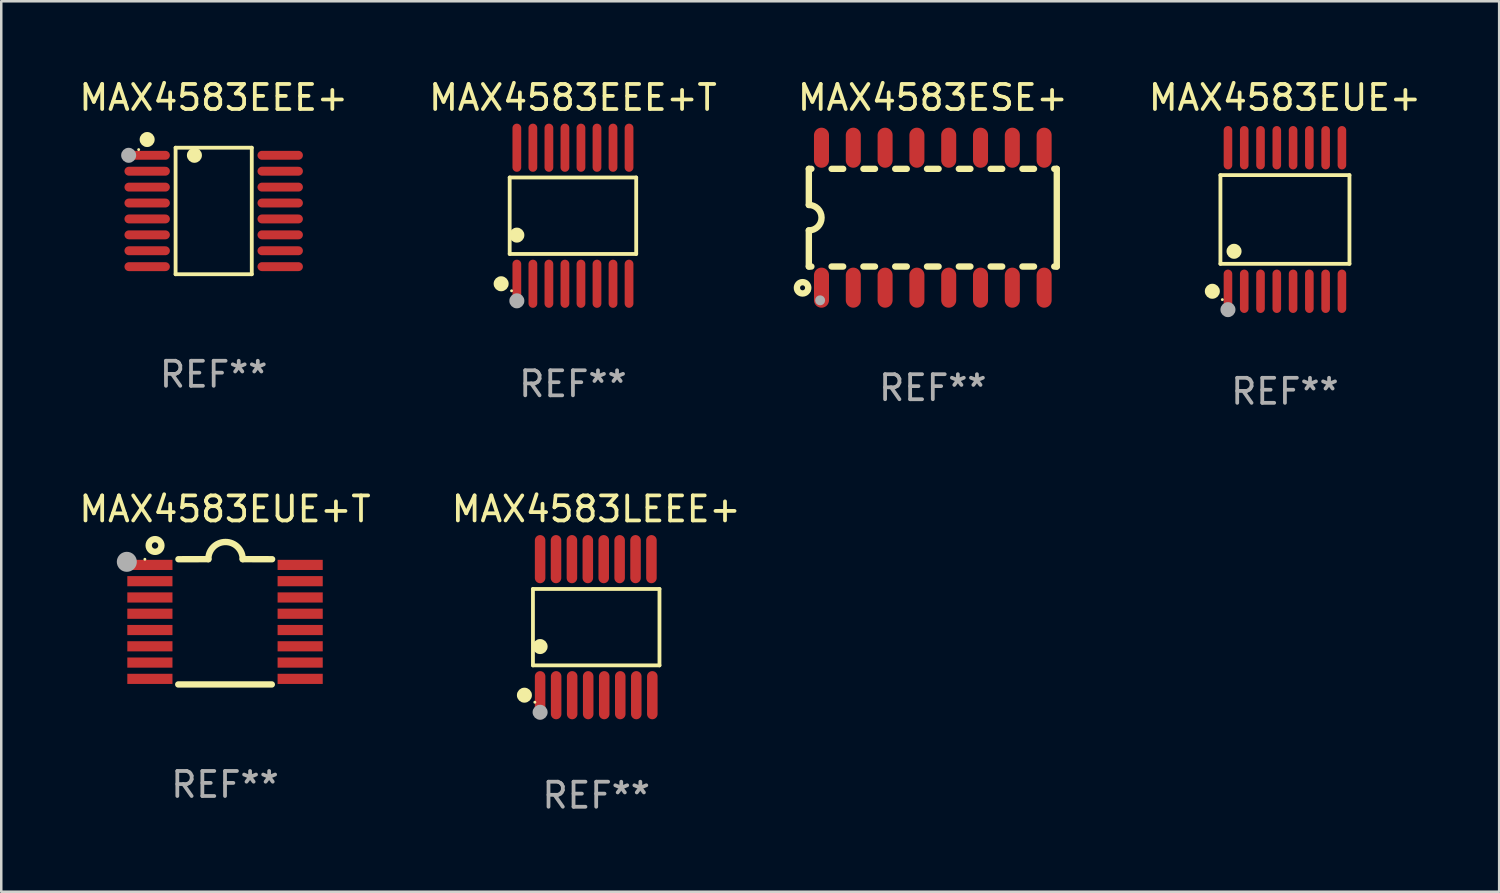
<source format=kicad_pcb>
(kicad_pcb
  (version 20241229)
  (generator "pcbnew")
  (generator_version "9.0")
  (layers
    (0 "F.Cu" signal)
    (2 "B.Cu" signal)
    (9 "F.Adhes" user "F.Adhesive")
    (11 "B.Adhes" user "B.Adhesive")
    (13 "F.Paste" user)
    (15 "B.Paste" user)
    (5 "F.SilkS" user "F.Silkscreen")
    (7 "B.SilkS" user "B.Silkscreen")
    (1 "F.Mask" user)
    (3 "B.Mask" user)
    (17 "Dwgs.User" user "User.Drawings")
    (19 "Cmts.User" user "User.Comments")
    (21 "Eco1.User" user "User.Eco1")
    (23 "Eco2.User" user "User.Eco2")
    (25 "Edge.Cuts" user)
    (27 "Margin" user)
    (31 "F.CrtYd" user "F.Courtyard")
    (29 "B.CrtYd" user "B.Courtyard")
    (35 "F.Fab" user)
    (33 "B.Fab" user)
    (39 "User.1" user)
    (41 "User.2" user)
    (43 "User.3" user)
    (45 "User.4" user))
  (footprint "MAX4583EUE+"
    (layer "F.Cu")
    (at 48.256 5.714)
    (property "Reference" "MAX4583EUE+" (at 0 -4.866 0) (layer "F.SilkS") (effects (font (size 1 1) (thickness 0.15))))
    (attr through_hole)
    (fp_line (start -2.576 -1.772) (end 2.576 -1.772) (stroke (width 0.152) (type solid)) (layer "F.SilkS"))
    (fp_line (start -2.576 1.771) (end -2.576 -1.772) (stroke (width 0.152) (type solid)) (layer "F.SilkS"))
    (fp_line (start 2.576 -1.772) (end 2.576 1.771) (stroke (width 0.152) (type solid)) (layer "F.SilkS"))
    (fp_line (start 2.576 1.771) (end -2.576 1.771) (stroke (width 0.152) (type solid)) (layer "F.SilkS"))
    (fp_circle (center -2.899 2.866) (end -2.749 2.866) (stroke (width 0.3) (type solid)) (fill no) (layer "F.SilkS"))
    (fp_circle (center -2.5 3.2) (end -2.47 3.2) (stroke (width 0.06) (type solid)) (fill no) (layer "F.SilkS"))
    (fp_circle (center -2.032 1.27) (end -1.882 1.27) (stroke (width 0.3) (type solid)) (fill no) (layer "F.SilkS"))
    (fp_circle (center -2.275 3.6) (end -2.125 3.6) (stroke (width 0.3) (type solid)) (fill no) (layer "F.Fab"))
    (fp_text user "REF**" (at 0 6.866 0) (layer "F.Fab") (effects (font (size 1 1) (thickness 0.15))))
    (pad "1" smd oval (at -2.275 2.866) (size 0.343 1.731) (layers "F.Cu" "F.Mask" "F.Paste"))
    (pad "2" smd oval (at -1.625 2.866) (size 0.343 1.731) (layers "F.Cu" "F.Mask" "F.Paste"))
    (pad "3" smd oval (at -0.975 2.866) (size 0.343 1.731) (layers "F.Cu" "F.Mask" "F.Paste"))
    (pad "4" smd oval (at -0.325 2.866) (size 0.343 1.731) (layers "F.Cu" "F.Mask" "F.Paste"))
    (pad "5" smd oval (at 0.325 2.866) (size 0.343 1.731) (layers "F.Cu" "F.Mask" "F.Paste"))
    (pad "6" smd oval (at 0.975 2.866) (size 0.343 1.731) (layers "F.Cu" "F.Mask" "F.Paste"))
    (pad "7" smd oval (at 1.625 2.866) (size 0.343 1.731) (layers "F.Cu" "F.Mask" "F.Paste"))
    (pad "8" smd oval (at 2.275 2.866) (size 0.343 1.731) (layers "F.Cu" "F.Mask" "F.Paste"))
    (pad "9" smd oval (at 2.275 -2.866) (size 0.343 1.731) (layers "F.Cu" "F.Mask" "F.Paste"))
    (pad "10" smd oval (at 1.625 -2.866) (size 0.343 1.731) (layers "F.Cu" "F.Mask" "F.Paste"))
    (pad "11" smd oval (at 0.975 -2.866) (size 0.343 1.731) (layers "F.Cu" "F.Mask" "F.Paste"))
    (pad "12" smd oval (at 0.325 -2.866) (size 0.343 1.731) (layers "F.Cu" "F.Mask" "F.Paste"))
    (pad "13" smd oval (at -0.325 -2.866) (size 0.343 1.731) (layers "F.Cu" "F.Mask" "F.Paste"))
    (pad "14" smd oval (at -0.975 -2.866) (size 0.343 1.731) (layers "F.Cu" "F.Mask" "F.Paste"))
    (pad "15" smd oval (at -1.625 -2.866) (size 0.343 1.731) (layers "F.Cu" "F.Mask" "F.Paste"))
    (pad "16" smd oval (at -2.275 -2.866) (size 0.343 1.731) (layers "F.Cu" "F.Mask" "F.Paste")))
  (footprint "MAX4583LEEE+"
    (layer "F.Cu")
    (at 20.756 21.992)
    (property "Reference" "MAX4583LEEE+" (at 0 -4.716 0) (layer "F.SilkS") (effects (font (size 1 1) (thickness 0.15))))
    (attr through_hole)
    (fp_line (start -2.526 -1.526) (end 2.526 -1.526) (stroke (width 0.152) (type solid)) (layer "F.SilkS"))
    (fp_line (start -2.526 1.526) (end -2.526 -1.526) (stroke (width 0.152) (type solid)) (layer "F.SilkS"))
    (fp_line (start 2.526 -1.526) (end 2.526 1.526) (stroke (width 0.152) (type solid)) (layer "F.SilkS"))
    (fp_line (start 2.526 1.526) (end -2.526 1.526) (stroke (width 0.152) (type solid)) (layer "F.SilkS"))
    (fp_circle (center -2.867 2.716) (end -2.717 2.716) (stroke (width 0.3) (type solid)) (fill no) (layer "F.SilkS"))
    (fp_circle (center -2.45 2.997) (end -2.42 2.997) (stroke (width 0.06) (type solid)) (fill no) (layer "F.SilkS"))
    (fp_circle (center -2.24 0.774) (end -2.09 0.774) (stroke (width 0.3) (type solid)) (fill no) (layer "F.SilkS"))
    (fp_circle (center -2.24 3.398) (end -2.09 3.398) (stroke (width 0.3) (type solid)) (fill no) (layer "F.Fab"))
    (fp_text user "REF**" (at 0 6.716 0) (layer "F.Fab") (effects (font (size 1 1) (thickness 0.15))))
    (pad "1" smd oval (at -2.24 2.716) (size 0.42 1.922) (layers "F.Cu" "F.Mask" "F.Paste"))
    (pad "2" smd oval (at -1.6 2.716) (size 0.42 1.922) (layers "F.Cu" "F.Mask" "F.Paste"))
    (pad "3" smd oval (at -0.96 2.716) (size 0.42 1.922) (layers "F.Cu" "F.Mask" "F.Paste"))
    (pad "4" smd oval (at -0.32 2.716) (size 0.42 1.922) (layers "F.Cu" "F.Mask" "F.Paste"))
    (pad "5" smd oval (at 0.32 2.716) (size 0.42 1.922) (layers "F.Cu" "F.Mask" "F.Paste"))
    (pad "6" smd oval (at 0.96 2.716) (size 0.42 1.922) (layers "F.Cu" "F.Mask" "F.Paste"))
    (pad "7" smd oval (at 1.6 2.716) (size 0.42 1.922) (layers "F.Cu" "F.Mask" "F.Paste"))
    (pad "8" smd oval (at 2.24 2.716) (size 0.42 1.922) (layers "F.Cu" "F.Mask" "F.Paste"))
    (pad "9" smd oval (at 2.205 -2.716) (size 0.42 1.922) (layers "F.Cu" "F.Mask" "F.Paste"))
    (pad "10" smd oval (at 1.57 -2.716) (size 0.42 1.922) (layers "F.Cu" "F.Mask" "F.Paste"))
    (pad "11" smd oval (at 0.935 -2.716) (size 0.42 1.922) (layers "F.Cu" "F.Mask" "F.Paste"))
    (pad "12" smd oval (at 0.3 -2.716) (size 0.42 1.922) (layers "F.Cu" "F.Mask" "F.Paste"))
    (pad "13" smd oval (at -0.335 -2.716) (size 0.42 1.922) (layers "F.Cu" "F.Mask" "F.Paste"))
    (pad "14" smd oval (at -0.97 -2.716) (size 0.42 1.922) (layers "F.Cu" "F.Mask" "F.Paste"))
    (pad "15" smd oval (at -1.605 -2.716) (size 0.42 1.922) (layers "F.Cu" "F.Mask" "F.Paste"))
    (pad "16" smd oval (at -2.24 -2.716) (size 0.42 1.922) (layers "F.Cu" "F.Mask" "F.Paste")))
  (footprint "MAX4583EEE+"
    (layer "F.Cu")
    (at 5.482 5.374)
    (property "Reference" "MAX4583EEE+" (at 0 -4.526 0) (layer "F.SilkS") (effects (font (size 1 1) (thickness 0.15))))
    (attr through_hole)
    (fp_line (start -1.521 -2.526) (end 1.521 -2.526) (stroke (width 0.152) (type solid)) (layer "F.SilkS"))
    (fp_line (start -1.521 2.526) (end -1.521 -2.526) (stroke (width 0.152) (type solid)) (layer "F.SilkS"))
    (fp_line (start 1.521 -2.526) (end 1.521 2.526) (stroke (width 0.152) (type solid)) (layer "F.SilkS"))
    (fp_line (start 1.521 2.526) (end -1.521 2.526) (stroke (width 0.152) (type solid)) (layer "F.SilkS"))
    (fp_circle (center -2.995 -2.45) (end -2.965 -2.45) (stroke (width 0.06) (type solid)) (fill no) (layer "F.SilkS"))
    (fp_circle (center -2.656 -2.853) (end -2.506 -2.853) (stroke (width 0.3) (type solid)) (fill no) (layer "F.SilkS"))
    (fp_circle (center -0.769 -2.223) (end -0.619 -2.223) (stroke (width 0.3) (type solid)) (fill no) (layer "F.SilkS"))
    (fp_circle (center -3.395 -2.223) (end -3.245 -2.223) (stroke (width 0.3) (type solid)) (fill no) (layer "F.Fab"))
    (fp_text user "REF**" (at 0 6.526 0) (layer "F.Fab") (effects (font (size 1 1) (thickness 0.15))))
    (pad "1" smd oval (at -2.656 -2.223 270) (size 0.356 1.813) (layers "F.Cu" "F.Mask" "F.Paste"))
    (pad "2" smd oval (at -2.656 -1.588 270) (size 0.356 1.813) (layers "F.Cu" "F.Mask" "F.Paste"))
    (pad "3" smd oval (at -2.656 -0.953 270) (size 0.356 1.813) (layers "F.Cu" "F.Mask" "F.Paste"))
    (pad "4" smd oval (at -2.656 -0.318 270) (size 0.356 1.813) (layers "F.Cu" "F.Mask" "F.Paste"))
    (pad "5" smd oval (at -2.656 0.318 270) (size 0.356 1.813) (layers "F.Cu" "F.Mask" "F.Paste"))
    (pad "6" smd oval (at -2.656 0.953 270) (size 0.356 1.813) (layers "F.Cu" "F.Mask" "F.Paste"))
    (pad "7" smd oval (at -2.656 1.588 270) (size 0.356 1.813) (layers "F.Cu" "F.Mask" "F.Paste"))
    (pad "8" smd oval (at -2.656 2.223 270) (size 0.356 1.813) (layers "F.Cu" "F.Mask" "F.Paste"))
    (pad "9" smd oval (at 2.656 2.223 270) (size 0.356 1.813) (layers "F.Cu" "F.Mask" "F.Paste"))
    (pad "10" smd oval (at 2.656 1.588 270) (size 0.356 1.813) (layers "F.Cu" "F.Mask" "F.Paste"))
    (pad "11" smd oval (at 2.656 0.953 270) (size 0.356 1.813) (layers "F.Cu" "F.Mask" "F.Paste"))
    (pad "12" smd oval (at 2.656 0.318 270) (size 0.356 1.813) (layers "F.Cu" "F.Mask" "F.Paste"))
    (pad "13" smd oval (at 2.656 -0.318 270) (size 0.356 1.813) (layers "F.Cu" "F.Mask" "F.Paste"))
    (pad "14" smd oval (at 2.656 -0.953 270) (size 0.356 1.813) (layers "F.Cu" "F.Mask" "F.Paste"))
    (pad "15" smd oval (at 2.656 -1.588 270) (size 0.356 1.813) (layers "F.Cu" "F.Mask" "F.Paste"))
    (pad "16" smd oval (at 2.656 -2.223 270) (size 0.356 1.813) (layers "F.Cu" "F.Mask" "F.Paste")))
  (footprint "MAX4583EUE+T"
    (layer "F.Cu")
    (at 5.935 21.778)
    (property "Reference" "MAX4583EUE+T" (at 0 -4.501 0) (layer "F.SilkS") (effects (font (size 1 1) (thickness 0.15))))
    (attr through_hole)
    (fp_line (start -1.868 2.501) (end 1.868 2.501) (stroke (width 0.254) (type solid)) (layer "F.SilkS"))
    (fp_line (start -1.86 -2.499) (end -0.666 -2.501) (stroke (width 0.254) (type solid)) (layer "F.SilkS"))
    (fp_line (start 0.706 -2.501) (end 1.88 -2.499) (stroke (width 0.254) (type solid)) (layer "F.SilkS"))
    (fp_arc (start -0.665914 -2.501448) (mid 0.019888 -3.18725) (end 0.70569 -2.501448) (stroke (width 0.254001) (type solid)) (layer "F.SilkS"))
    (fp_circle (center -3.2 -2.497) (end -3.17 -2.497) (stroke (width 0.06) (type solid)) (fill no) (layer "F.SilkS"))
    (fp_circle (center -2.794 -3.047) (end -2.54 -3.047) (stroke (width 0.254) (type solid)) (fill no) (layer "F.SilkS"))
    (fp_circle (center -3.921 -2.395) (end -3.721 -2.395) (stroke (width 0.4) (type solid)) (fill no) (layer "F.Fab"))
    (fp_text user "REF**" (at 0 6.501 0) (layer "F.Fab") (effects (font (size 1 1) (thickness 0.15))))
    (pad "1" smd rect (at -3 -2.272) (size 1.803 0.406) (layers "F.Cu" "F.Mask" "F.Paste"))
    (pad "2" smd rect (at -3 -1.622) (size 1.803 0.406) (layers "F.Cu" "F.Mask" "F.Paste"))
    (pad "3" smd rect (at -3 -0.972) (size 1.803 0.406) (layers "F.Cu" "F.Mask" "F.Paste"))
    (pad "4" smd rect (at -3 -0.322) (size 1.803 0.406) (layers "F.Cu" "F.Mask" "F.Paste"))
    (pad "5" smd rect (at -3 0.328) (size 1.803 0.406) (layers "F.Cu" "F.Mask" "F.Paste"))
    (pad "6" smd rect (at -3 0.978) (size 1.803 0.406) (layers "F.Cu" "F.Mask" "F.Paste"))
    (pad "7" smd rect (at -3 1.628) (size 1.803 0.406) (layers "F.Cu" "F.Mask" "F.Paste"))
    (pad "8" smd rect (at -3 2.278) (size 1.803 0.406) (layers "F.Cu" "F.Mask" "F.Paste"))
    (pad "9" smd rect (at 3 2.278) (size 1.803 0.406) (layers "F.Cu" "F.Mask" "F.Paste"))
    (pad "10" smd rect (at 3 1.628) (size 1.803 0.406) (layers "F.Cu" "F.Mask" "F.Paste"))
    (pad "11" smd rect (at 3 0.978) (size 1.803 0.406) (layers "F.Cu" "F.Mask" "F.Paste"))
    (pad "12" smd rect (at 3 0.328) (size 1.803 0.406) (layers "F.Cu" "F.Mask" "F.Paste"))
    (pad "13" smd rect (at 3 -0.322) (size 1.803 0.406) (layers "F.Cu" "F.Mask" "F.Paste"))
    (pad "14" smd rect (at 3 -0.972) (size 1.803 0.406) (layers "F.Cu" "F.Mask" "F.Paste"))
    (pad "15" smd rect (at 3 -1.622) (size 1.803 0.406) (layers "F.Cu" "F.Mask" "F.Paste"))
    (pad "16" smd rect (at 3 -2.272) (size 1.803 0.406) (layers "F.Cu" "F.Mask" "F.Paste")))
  (footprint "MAX4583ESE+"
    (layer "F.Cu")
    (at 34.196 5.642)
    (property "Reference" "MAX4583ESE+" (at 0 -4.794 0) (layer "F.SilkS") (effects (font (size 1 1) (thickness 0.15))))
    (attr through_hole)
    (fp_line (start -4.95 -1.95) (end -4.95 -0.508) (stroke (width 0.254) (type solid)) (layer "F.SilkS"))
    (fp_line (start -4.95 -1.95) (end -4.849 -1.95) (stroke (width 0.254) (type solid)) (layer "F.SilkS"))
    (fp_line (start -4.95 1.95) (end -4.95 0.508) (stroke (width 0.254) (type solid)) (layer "F.SilkS"))
    (fp_line (start -4.95 1.95) (end -4.849 1.95) (stroke (width 0.254) (type solid)) (layer "F.SilkS"))
    (fp_line (start -4.041 -1.95) (end -3.579 -1.95) (stroke (width 0.254) (type solid)) (layer "F.SilkS"))
    (fp_line (start -4.041 1.95) (end -3.579 1.95) (stroke (width 0.254) (type solid)) (layer "F.SilkS"))
    (fp_line (start -2.771 -1.95) (end -2.309 -1.95) (stroke (width 0.254) (type solid)) (layer "F.SilkS"))
    (fp_line (start -2.771 1.95) (end -2.309 1.95) (stroke (width 0.254) (type solid)) (layer "F.SilkS"))
    (fp_line (start -1.501 -1.95) (end -1.039 -1.95) (stroke (width 0.254) (type solid)) (layer "F.SilkS"))
    (fp_line (start -1.501 1.95) (end -1.039 1.95) (stroke (width 0.254) (type solid)) (layer "F.SilkS"))
    (fp_line (start -0.231 -1.95) (end 0.231 -1.95) (stroke (width 0.254) (type solid)) (layer "F.SilkS"))
    (fp_line (start -0.231 1.95) (end 0.231 1.95) (stroke (width 0.254) (type solid)) (layer "F.SilkS"))
    (fp_line (start 1.039 -1.95) (end 1.501 -1.95) (stroke (width 0.254) (type solid)) (layer "F.SilkS"))
    (fp_line (start 1.039 1.95) (end 1.501 1.95) (stroke (width 0.254) (type solid)) (layer "F.SilkS"))
    (fp_line (start 2.309 -1.95) (end 2.771 -1.95) (stroke (width 0.254) (type solid)) (layer "F.SilkS"))
    (fp_line (start 2.309 1.95) (end 2.771 1.95) (stroke (width 0.254) (type solid)) (layer "F.SilkS"))
    (fp_line (start 3.579 -1.95) (end 4.041 -1.95) (stroke (width 0.254) (type solid)) (layer "F.SilkS"))
    (fp_line (start 3.579 1.95) (end 4.041 1.95) (stroke (width 0.254) (type solid)) (layer "F.SilkS"))
    (fp_line (start 4.849 -1.95) (end 4.95 -1.95) (stroke (width 0.254) (type solid)) (layer "F.SilkS"))
    (fp_line (start 4.849 1.95) (end 4.95 1.95) (stroke (width 0.254) (type solid)) (layer "F.SilkS"))
    (fp_line (start 4.95 -1.95) (end 4.95 1.95) (stroke (width 0.254) (type solid)) (layer "F.SilkS"))
    (fp_arc (start -4.95047 -0.508001) (mid -4.442469 -0.000228) (end -4.950013 0.508001) (stroke (width 0.254001) (type solid)) (layer "F.SilkS"))
    (fp_circle (center -5.2 2.8) (end -5.1 2.8) (stroke (width 0.254) (type solid)) (fill no) (layer "F.SilkS"))
    (fp_circle (center -4.95 2.947) (end -4.92 2.947) (stroke (width 0.06) (type solid)) (fill no) (layer "F.SilkS"))
    (fp_circle (center -4.5 3.3) (end -4.4 3.3) (stroke (width 0.2) (type solid)) (fill no) (layer "F.Fab"))
    (fp_text user "REF**" (at 0 6.794 0) (layer "F.Fab") (effects (font (size 1 1) (thickness 0.15))))
    (pad "1" smd oval (at -4.445 2.794) (size 0.6 1.6) (layers "F.Cu" "F.Mask" "F.Paste"))
    (pad "2" smd oval (at -3.175 2.794) (size 0.6 1.6) (layers "F.Cu" "F.Mask" "F.Paste"))
    (pad "3" smd oval (at -1.905 2.794) (size 0.6 1.6) (layers "F.Cu" "F.Mask" "F.Paste"))
    (pad "4" smd oval (at -0.635 2.794) (size 0.6 1.6) (layers "F.Cu" "F.Mask" "F.Paste"))
    (pad "5" smd oval (at 0.635 2.794) (size 0.6 1.6) (layers "F.Cu" "F.Mask" "F.Paste"))
    (pad "6" smd oval (at 1.905 2.794) (size 0.6 1.6) (layers "F.Cu" "F.Mask" "F.Paste"))
    (pad "7" smd oval (at 3.175 2.794) (size 0.6 1.6) (layers "F.Cu" "F.Mask" "F.Paste"))
    (pad "8" smd oval (at 4.445 2.794) (size 0.6 1.6) (layers "F.Cu" "F.Mask" "F.Paste"))
    (pad "9" smd oval (at 4.445 -2.794) (size 0.6 1.6) (layers "F.Cu" "F.Mask" "F.Paste"))
    (pad "10" smd oval (at 3.175 -2.794) (size 0.6 1.6) (layers "F.Cu" "F.Mask" "F.Paste"))
    (pad "11" smd oval (at 1.905 -2.794) (size 0.6 1.6) (layers "F.Cu" "F.Mask" "F.Paste"))
    (pad "12" smd oval (at 0.635 -2.794) (size 0.6 1.6) (layers "F.Cu" "F.Mask" "F.Paste"))
    (pad "13" smd oval (at -0.635 -2.794) (size 0.6 1.6) (layers "F.Cu" "F.Mask" "F.Paste"))
    (pad "14" smd oval (at -1.905 -2.794) (size 0.6 1.6) (layers "F.Cu" "F.Mask" "F.Paste"))
    (pad "15" smd oval (at -3.175 -2.794) (size 0.6 1.6) (layers "F.Cu" "F.Mask" "F.Paste"))
    (pad "16" smd oval (at -4.445 -2.794) (size 0.6 1.6) (layers "F.Cu" "F.Mask" "F.Paste")))
  (footprint "MAX4583EEE+T"
    (layer "F.Cu")
    (at 19.827 5.564)
    (property "Reference" "MAX4583EEE+T" (at 0 -4.716 0) (layer "F.SilkS") (effects (font (size 1 1) (thickness 0.15))))
    (attr through_hole)
    (fp_line (start -2.526 -1.526) (end 2.526 -1.526) (stroke (width 0.152) (type solid)) (layer "F.SilkS"))
    (fp_line (start -2.526 1.526) (end -2.526 -1.526) (stroke (width 0.152) (type solid)) (layer "F.SilkS"))
    (fp_line (start 2.526 -1.526) (end 2.526 1.526) (stroke (width 0.152) (type solid)) (layer "F.SilkS"))
    (fp_line (start 2.526 1.526) (end -2.526 1.526) (stroke (width 0.152) (type solid)) (layer "F.SilkS"))
    (fp_circle (center -2.867 2.716) (end -2.717 2.716) (stroke (width 0.3) (type solid)) (fill no) (layer "F.SilkS"))
    (fp_circle (center -2.45 2.997) (end -2.42 2.997) (stroke (width 0.06) (type solid)) (fill no) (layer "F.SilkS"))
    (fp_circle (center -2.24 0.774) (end -2.09 0.774) (stroke (width 0.3) (type solid)) (fill no) (layer "F.SilkS"))
    (fp_circle (center -2.24 3.398) (end -2.09 3.398) (stroke (width 0.3) (type solid)) (fill no) (layer "F.Fab"))
    (fp_text user "REF**" (at 0 6.716 0) (layer "F.Fab") (effects (font (size 1 1) (thickness 0.15))))
    (pad "1" smd oval (at -2.24 2.716) (size 0.35 1.922) (layers "F.Cu" "F.Mask" "F.Paste"))
    (pad "2" smd oval (at -1.6 2.716) (size 0.35 1.922) (layers "F.Cu" "F.Mask" "F.Paste"))
    (pad "3" smd oval (at -0.96 2.716) (size 0.35 1.922) (layers "F.Cu" "F.Mask" "F.Paste"))
    (pad "4" smd oval (at -0.32 2.716) (size 0.35 1.922) (layers "F.Cu" "F.Mask" "F.Paste"))
    (pad "5" smd oval (at 0.32 2.716) (size 0.35 1.922) (layers "F.Cu" "F.Mask" "F.Paste"))
    (pad "6" smd oval (at 0.96 2.716) (size 0.35 1.922) (layers "F.Cu" "F.Mask" "F.Paste"))
    (pad "7" smd oval (at 1.6 2.716) (size 0.35 1.922) (layers "F.Cu" "F.Mask" "F.Paste"))
    (pad "8" smd oval (at 2.24 2.716) (size 0.35 1.922) (layers "F.Cu" "F.Mask" "F.Paste"))
    (pad "9" smd oval (at 2.24 -2.716) (size 0.35 1.922) (layers "F.Cu" "F.Mask" "F.Paste"))
    (pad "10" smd oval (at 1.6 -2.716) (size 0.35 1.922) (layers "F.Cu" "F.Mask" "F.Paste"))
    (pad "11" smd oval (at 0.96 -2.716) (size 0.35 1.922) (layers "F.Cu" "F.Mask" "F.Paste"))
    (pad "12" smd oval (at 0.32 -2.716) (size 0.35 1.922) (layers "F.Cu" "F.Mask" "F.Paste"))
    (pad "13" smd oval (at -0.32 -2.716) (size 0.35 1.922) (layers "F.Cu" "F.Mask" "F.Paste"))
    (pad "14" smd oval (at -0.96 -2.716) (size 0.35 1.922) (layers "F.Cu" "F.Mask" "F.Paste"))
    (pad "15" smd oval (at -1.6 -2.716) (size 0.35 1.922) (layers "F.Cu" "F.Mask" "F.Paste"))
    (pad "16" smd oval (at -2.24 -2.716) (size 0.35 1.922) (layers "F.Cu" "F.Mask" "F.Paste")))
  (gr_rect
    (start -3 -3)
    (end 56.81 32.556)
    (stroke (width 0.1) (type default))
    (fill no)
    (layer "Edge.Cuts")))
</source>
